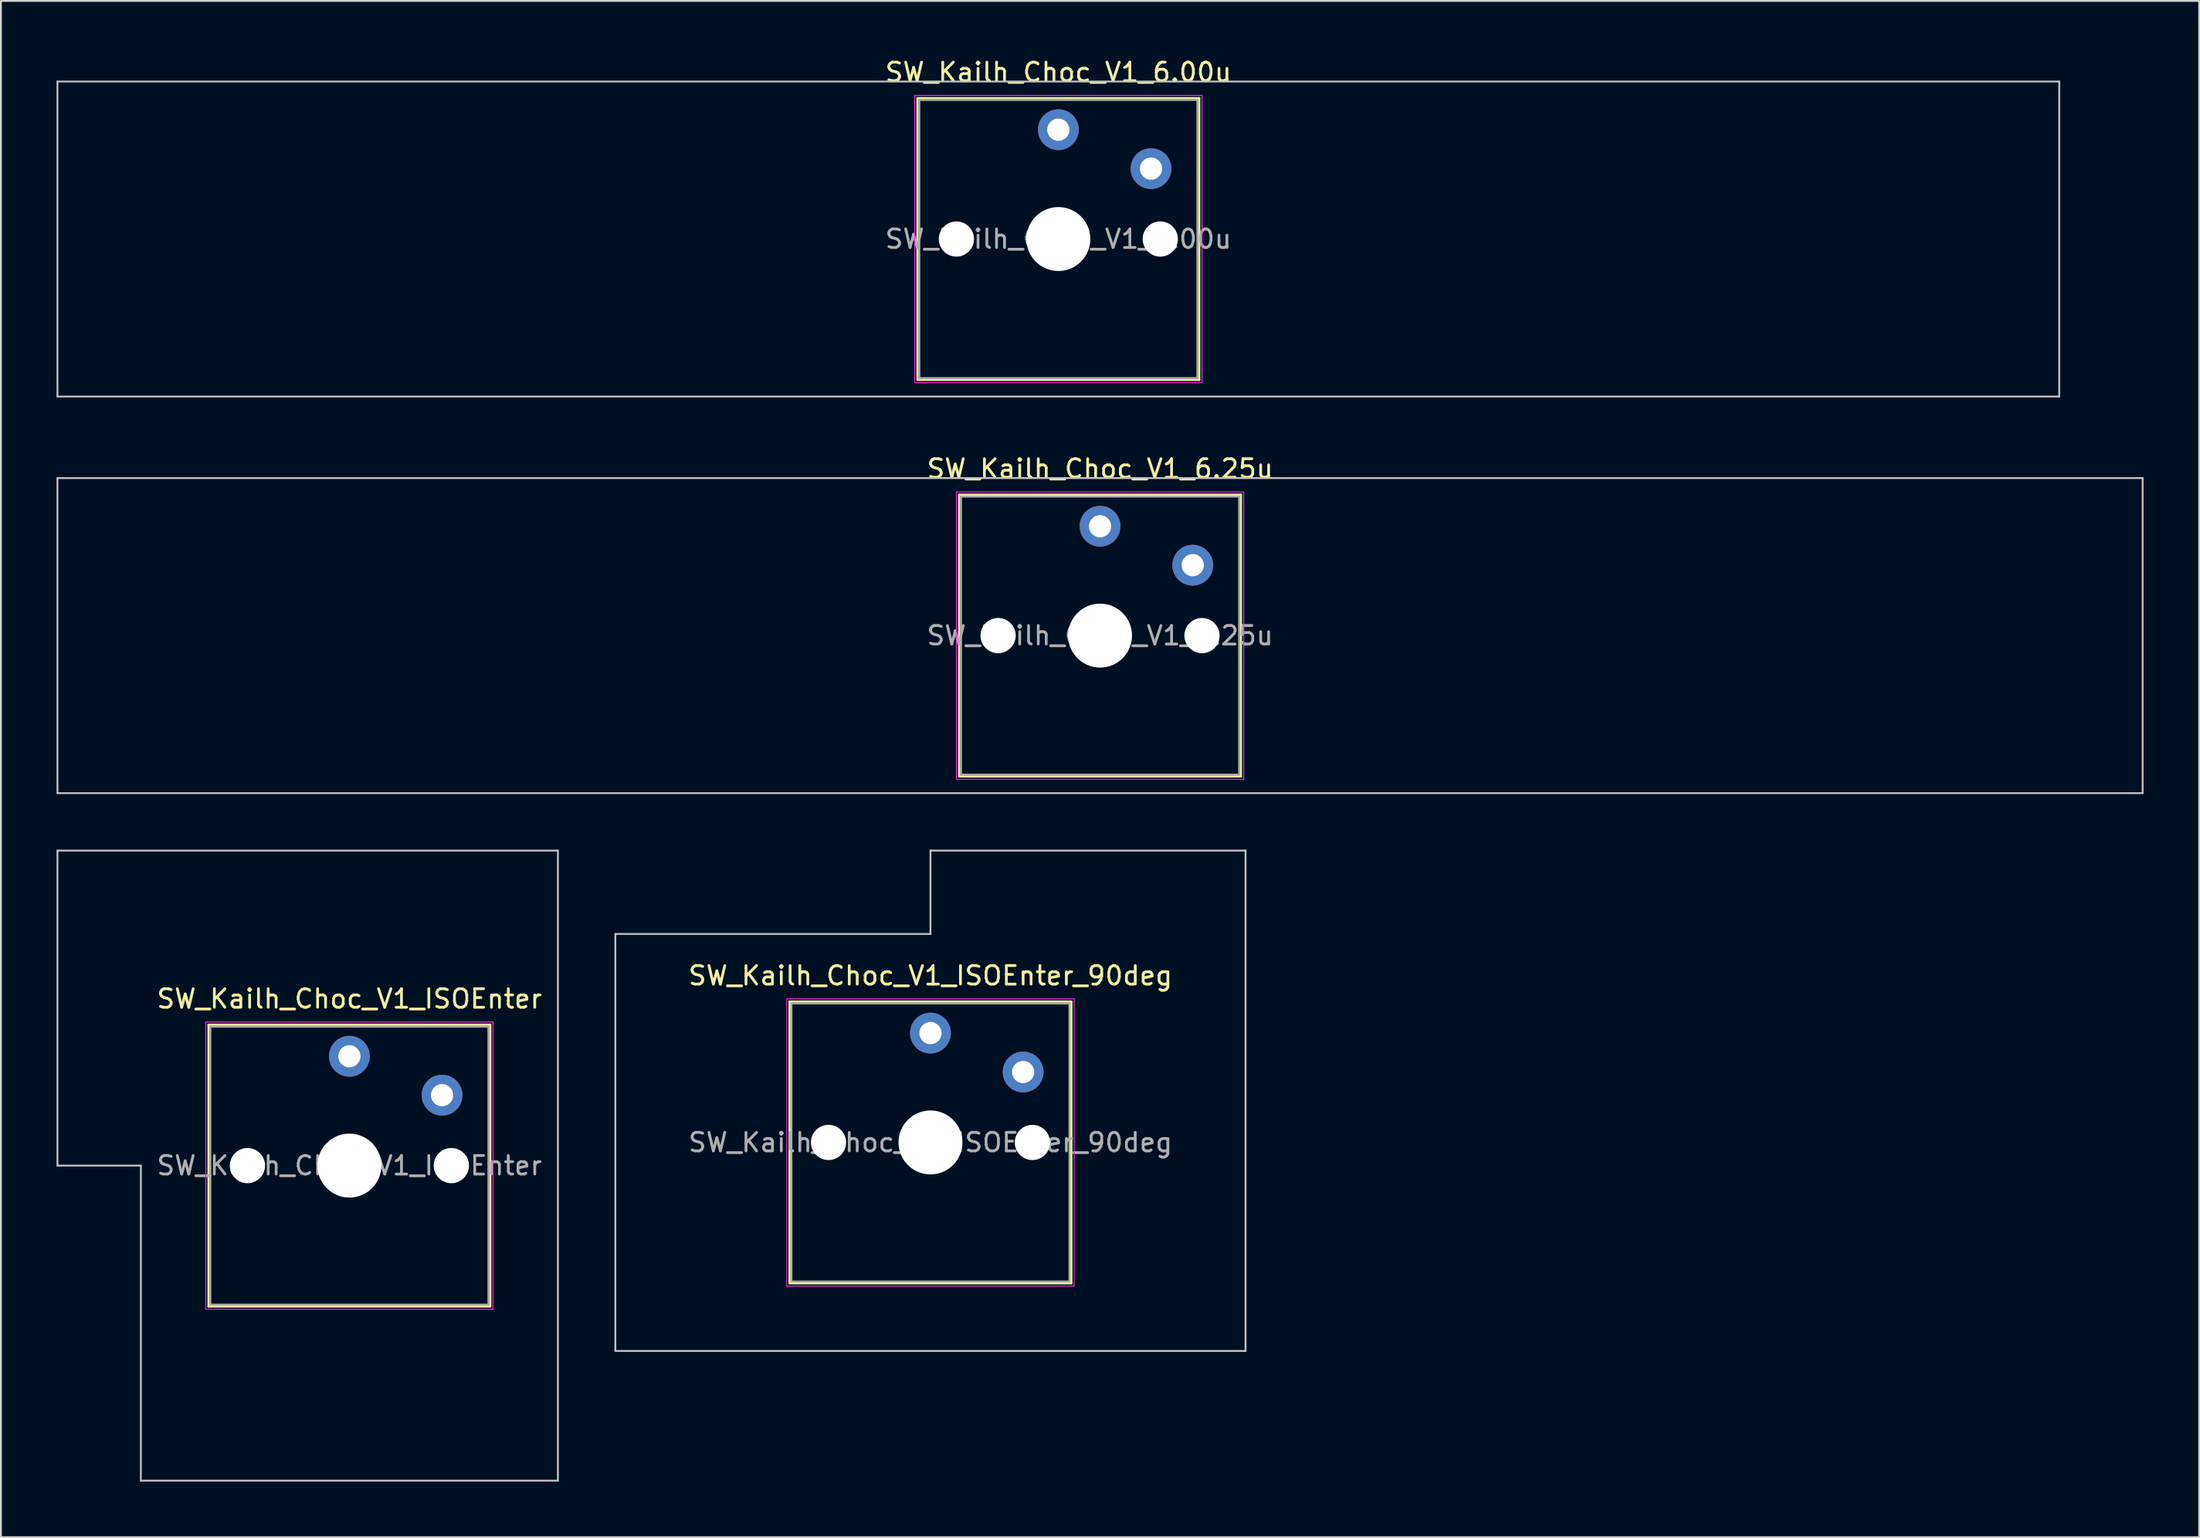
<source format=kicad_pcb>
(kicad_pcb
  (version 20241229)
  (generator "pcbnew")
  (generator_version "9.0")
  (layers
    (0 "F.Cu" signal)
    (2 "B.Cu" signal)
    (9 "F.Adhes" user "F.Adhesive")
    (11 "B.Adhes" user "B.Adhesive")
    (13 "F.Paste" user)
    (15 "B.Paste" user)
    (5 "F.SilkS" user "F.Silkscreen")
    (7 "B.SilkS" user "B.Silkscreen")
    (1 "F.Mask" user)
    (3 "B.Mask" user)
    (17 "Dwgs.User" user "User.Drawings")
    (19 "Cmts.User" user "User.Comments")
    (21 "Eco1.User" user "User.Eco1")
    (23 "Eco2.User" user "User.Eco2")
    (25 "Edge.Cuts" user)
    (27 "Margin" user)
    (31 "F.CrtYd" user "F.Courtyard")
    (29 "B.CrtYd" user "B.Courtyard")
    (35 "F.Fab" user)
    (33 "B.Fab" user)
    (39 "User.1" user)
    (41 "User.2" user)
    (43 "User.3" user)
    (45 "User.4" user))
  (footprint "SW_Kailh_Choc_V1_6.25u"
    (layer "F.Cu")
    (at 56.3 31.247)
    (property "Reference" "SW_Kailh_Choc_V1_6.25u" (at 0 -9 0) (layer "F.SilkS") (effects (font (size 1 1) (thickness 0.15))))
    (attr through_hole)
    (fp_line (start -7.6 -7.6) (end -7.6 7.6) (stroke (width 0.12) (type solid)) (layer "F.SilkS"))
    (fp_line (start -7.6 7.6) (end 7.6 7.6) (stroke (width 0.12) (type solid)) (layer "F.SilkS"))
    (fp_line (start 7.6 -7.6) (end -7.6 -7.6) (stroke (width 0.12) (type solid)) (layer "F.SilkS"))
    (fp_line (start 7.6 7.6) (end 7.6 -7.6) (stroke (width 0.12) (type solid)) (layer "F.SilkS"))
    (fp_line (start -56.25 -8.5) (end -56.25 8.5) (stroke (width 0.1) (type solid)) (layer "Dwgs.User"))
    (fp_line (start -56.25 8.5) (end 56.25 8.5) (stroke (width 0.1) (type solid)) (layer "Dwgs.User"))
    (fp_line (start 56.25 -8.5) (end -56.25 -8.5) (stroke (width 0.1) (type solid)) (layer "Dwgs.User"))
    (fp_line (start 56.25 8.5) (end 56.25 -8.5) (stroke (width 0.1) (type solid)) (layer "Dwgs.User"))
    (fp_line (start -7.25 -7.25) (end -7.25 7.25) (stroke (width 0.1) (type solid)) (layer "Eco1.User"))
    (fp_line (start -7.25 7.25) (end 7.25 7.25) (stroke (width 0.1) (type solid)) (layer "Eco1.User"))
    (fp_line (start 7.25 -7.25) (end -7.25 -7.25) (stroke (width 0.1) (type solid)) (layer "Eco1.User"))
    (fp_line (start 7.25 7.25) (end 7.25 -7.25) (stroke (width 0.1) (type solid)) (layer "Eco1.User"))
    (fp_line (start -7.75 -7.75) (end -7.75 7.75) (stroke (width 0.05) (type solid)) (layer "F.CrtYd"))
    (fp_line (start -7.75 7.75) (end 7.75 7.75) (stroke (width 0.05) (type solid)) (layer "F.CrtYd"))
    (fp_line (start 7.75 -7.75) (end -7.75 -7.75) (stroke (width 0.05) (type solid)) (layer "F.CrtYd"))
    (fp_line (start 7.75 7.75) (end 7.75 -7.75) (stroke (width 0.05) (type solid)) (layer "F.CrtYd"))
    (fp_line (start -7.5 -7.5) (end -7.5 7.5) (stroke (width 0.1) (type solid)) (layer "F.Fab"))
    (fp_line (start -7.5 7.5) (end 7.5 7.5) (stroke (width 0.1) (type solid)) (layer "F.Fab"))
    (fp_line (start 7.5 -7.5) (end -7.5 -7.5) (stroke (width 0.1) (type solid)) (layer "F.Fab"))
    (fp_line (start 7.5 7.5) (end 7.5 -7.5) (stroke (width 0.1) (type solid)) (layer "F.Fab"))
    (fp_text user "${REFERENCE}" (at 0 0 0) (layer "F.Fab") (effects (font (size 1 1) (thickness 0.15))))
    (pad "" np_thru_hole circle (at -5.5 0) (size 1.9 1.9) (drill 1.9) (layers "*.Cu" "*.Mask"))
    (pad "" smd circle (at 0 -5.9) (size 1.25 1.25) (layers "F.Mask"))
    (pad "" np_thru_hole circle (at 0 0) (size 3.45 3.45) (drill 3.45) (layers "*.Cu" "*.Mask"))
    (pad "" smd circle (at 5 -3.8) (size 1.25 1.25) (layers "F.Mask"))
    (pad "" np_thru_hole circle (at 5.5 0) (size 1.9 1.9) (drill 1.9) (layers "*.Cu" "*.Mask"))
    (pad "1" thru_hole circle (at 0 -5.9) (size 2.2 2.2) (drill 1.2) (layers "*.Cu" "B.Mask"))
    (pad "2" thru_hole circle (at 5 -3.8) (size 2.2 2.2) (drill 1.2) (layers "*.Cu" "B.Mask")))
  (footprint "SW_Kailh_Choc_V1_ISOEnter"
    (layer "F.Cu")
    (at 15.8 59.846)
    (property "Reference" "SW_Kailh_Choc_V1_ISOEnter" (at 0 -9 0) (layer "F.SilkS") (effects (font (size 1 1) (thickness 0.15))))
    (attr through_hole)
    (fp_line (start -7.6 -7.6) (end -7.6 7.6) (stroke (width 0.12) (type solid)) (layer "F.SilkS"))
    (fp_line (start -7.6 7.6) (end 7.6 7.6) (stroke (width 0.12) (type solid)) (layer "F.SilkS"))
    (fp_line (start 7.6 -7.6) (end -7.6 -7.6) (stroke (width 0.12) (type solid)) (layer "F.SilkS"))
    (fp_line (start 7.6 7.6) (end 7.6 -7.6) (stroke (width 0.12) (type solid)) (layer "F.SilkS"))
    (fp_line (start -15.75 -17) (end -15.75 0) (stroke (width 0.1) (type solid)) (layer "Dwgs.User"))
    (fp_line (start -15.75 0) (end -11.25 0) (stroke (width 0.1) (type solid)) (layer "Dwgs.User"))
    (fp_line (start -11.25 0) (end -11.25 17) (stroke (width 0.1) (type solid)) (layer "Dwgs.User"))
    (fp_line (start -11.25 17) (end 11.25 17) (stroke (width 0.1) (type solid)) (layer "Dwgs.User"))
    (fp_line (start 11.25 -17) (end -15.75 -17) (stroke (width 0.1) (type solid)) (layer "Dwgs.User"))
    (fp_line (start 11.25 17) (end 11.25 -17) (stroke (width 0.1) (type solid)) (layer "Dwgs.User"))
    (fp_line (start -7.25 -7.25) (end -7.25 7.25) (stroke (width 0.1) (type solid)) (layer "Eco1.User"))
    (fp_line (start -7.25 7.25) (end 7.25 7.25) (stroke (width 0.1) (type solid)) (layer "Eco1.User"))
    (fp_line (start 7.25 -7.25) (end -7.25 -7.25) (stroke (width 0.1) (type solid)) (layer "Eco1.User"))
    (fp_line (start 7.25 7.25) (end 7.25 -7.25) (stroke (width 0.1) (type solid)) (layer "Eco1.User"))
    (fp_line (start -7.75 -7.75) (end -7.75 7.75) (stroke (width 0.05) (type solid)) (layer "F.CrtYd"))
    (fp_line (start -7.75 7.75) (end 7.75 7.75) (stroke (width 0.05) (type solid)) (layer "F.CrtYd"))
    (fp_line (start 7.75 -7.75) (end -7.75 -7.75) (stroke (width 0.05) (type solid)) (layer "F.CrtYd"))
    (fp_line (start 7.75 7.75) (end 7.75 -7.75) (stroke (width 0.05) (type solid)) (layer "F.CrtYd"))
    (fp_line (start -7.5 -7.5) (end -7.5 7.5) (stroke (width 0.1) (type solid)) (layer "F.Fab"))
    (fp_line (start -7.5 7.5) (end 7.5 7.5) (stroke (width 0.1) (type solid)) (layer "F.Fab"))
    (fp_line (start 7.5 -7.5) (end -7.5 -7.5) (stroke (width 0.1) (type solid)) (layer "F.Fab"))
    (fp_line (start 7.5 7.5) (end 7.5 -7.5) (stroke (width 0.1) (type solid)) (layer "F.Fab"))
    (fp_text user "${REFERENCE}" (at 0 0 0) (layer "F.Fab") (effects (font (size 1 1) (thickness 0.15))))
    (pad "" np_thru_hole circle (at -5.5 0) (size 1.9 1.9) (drill 1.9) (layers "*.Cu" "*.Mask"))
    (pad "" smd circle (at 0 -5.9) (size 1.25 1.25) (layers "F.Mask"))
    (pad "" np_thru_hole circle (at 0 0) (size 3.45 3.45) (drill 3.45) (layers "*.Cu" "*.Mask"))
    (pad "" smd circle (at 5 -3.8) (size 1.25 1.25) (layers "F.Mask"))
    (pad "" np_thru_hole circle (at 5.5 0) (size 1.9 1.9) (drill 1.9) (layers "*.Cu" "*.Mask"))
    (pad "1" thru_hole circle (at 0 -5.9) (size 2.2 2.2) (drill 1.2) (layers "*.Cu" "B.Mask"))
    (pad "2" thru_hole circle (at 5 -3.8) (size 2.2 2.2) (drill 1.2) (layers "*.Cu" "B.Mask")))
  (footprint "SW_Kailh_Choc_V1_6.00u"
    (layer "F.Cu")
    (at 54.05 9.848)
    (property "Reference" "SW_Kailh_Choc_V1_6.00u" (at 0 -9 0) (layer "F.SilkS") (effects (font (size 1 1) (thickness 0.15))))
    (attr through_hole)
    (fp_line (start -7.6 -7.6) (end -7.6 7.6) (stroke (width 0.12) (type solid)) (layer "F.SilkS"))
    (fp_line (start -7.6 7.6) (end 7.6 7.6) (stroke (width 0.12) (type solid)) (layer "F.SilkS"))
    (fp_line (start 7.6 -7.6) (end -7.6 -7.6) (stroke (width 0.12) (type solid)) (layer "F.SilkS"))
    (fp_line (start 7.6 7.6) (end 7.6 -7.6) (stroke (width 0.12) (type solid)) (layer "F.SilkS"))
    (fp_line (start -54 -8.5) (end -54 8.5) (stroke (width 0.1) (type solid)) (layer "Dwgs.User"))
    (fp_line (start -54 8.5) (end 54 8.5) (stroke (width 0.1) (type solid)) (layer "Dwgs.User"))
    (fp_line (start 54 -8.5) (end -54 -8.5) (stroke (width 0.1) (type solid)) (layer "Dwgs.User"))
    (fp_line (start 54 8.5) (end 54 -8.5) (stroke (width 0.1) (type solid)) (layer "Dwgs.User"))
    (fp_line (start -7.25 -7.25) (end -7.25 7.25) (stroke (width 0.1) (type solid)) (layer "Eco1.User"))
    (fp_line (start -7.25 7.25) (end 7.25 7.25) (stroke (width 0.1) (type solid)) (layer "Eco1.User"))
    (fp_line (start 7.25 -7.25) (end -7.25 -7.25) (stroke (width 0.1) (type solid)) (layer "Eco1.User"))
    (fp_line (start 7.25 7.25) (end 7.25 -7.25) (stroke (width 0.1) (type solid)) (layer "Eco1.User"))
    (fp_line (start -7.75 -7.75) (end -7.75 7.75) (stroke (width 0.05) (type solid)) (layer "F.CrtYd"))
    (fp_line (start -7.75 7.75) (end 7.75 7.75) (stroke (width 0.05) (type solid)) (layer "F.CrtYd"))
    (fp_line (start 7.75 -7.75) (end -7.75 -7.75) (stroke (width 0.05) (type solid)) (layer "F.CrtYd"))
    (fp_line (start 7.75 7.75) (end 7.75 -7.75) (stroke (width 0.05) (type solid)) (layer "F.CrtYd"))
    (fp_line (start -7.5 -7.5) (end -7.5 7.5) (stroke (width 0.1) (type solid)) (layer "F.Fab"))
    (fp_line (start -7.5 7.5) (end 7.5 7.5) (stroke (width 0.1) (type solid)) (layer "F.Fab"))
    (fp_line (start 7.5 -7.5) (end -7.5 -7.5) (stroke (width 0.1) (type solid)) (layer "F.Fab"))
    (fp_line (start 7.5 7.5) (end 7.5 -7.5) (stroke (width 0.1) (type solid)) (layer "F.Fab"))
    (fp_text user "${REFERENCE}" (at 0 0 0) (layer "F.Fab") (effects (font (size 1 1) (thickness 0.15))))
    (pad "" np_thru_hole circle (at -5.5 0) (size 1.9 1.9) (drill 1.9) (layers "*.Cu" "*.Mask"))
    (pad "" smd circle (at 0 -5.9) (size 1.25 1.25) (layers "F.Mask"))
    (pad "" np_thru_hole circle (at 0 0) (size 3.45 3.45) (drill 3.45) (layers "*.Cu" "*.Mask"))
    (pad "" smd circle (at 5 -3.8) (size 1.25 1.25) (layers "F.Mask"))
    (pad "" np_thru_hole circle (at 5.5 0) (size 1.9 1.9) (drill 1.9) (layers "*.Cu" "*.Mask"))
    (pad "1" thru_hole circle (at 0 -5.9) (size 2.2 2.2) (drill 1.2) (layers "*.Cu" "B.Mask"))
    (pad "2" thru_hole circle (at 5 -3.8) (size 2.2 2.2) (drill 1.2) (layers "*.Cu" "B.Mask")))
  (footprint "SW_Kailh_Choc_V1_ISOEnter_90deg"
    (layer "F.Cu")
    (at 47.15 58.596)
    (property "Reference" "SW_Kailh_Choc_V1_ISOEnter_90deg" (at 0 -9 0) (layer "F.SilkS") (effects (font (size 1 1) (thickness 0.15))))
    (attr through_hole)
    (fp_line (start -7.6 -7.6) (end -7.6 7.6) (stroke (width 0.12) (type solid)) (layer "F.SilkS"))
    (fp_line (start -7.6 7.6) (end 7.6 7.6) (stroke (width 0.12) (type solid)) (layer "F.SilkS"))
    (fp_line (start 7.6 -7.6) (end -7.6 -7.6) (stroke (width 0.12) (type solid)) (layer "F.SilkS"))
    (fp_line (start 7.6 7.6) (end 7.6 -7.6) (stroke (width 0.12) (type solid)) (layer "F.SilkS"))
    (fp_line (start -17 -11.25) (end -17 11.25) (stroke (width 0.1) (type solid)) (layer "Dwgs.User"))
    (fp_line (start -17 11.25) (end 17 11.25) (stroke (width 0.1) (type solid)) (layer "Dwgs.User"))
    (fp_line (start 0 -15.75) (end 0 -11.25) (stroke (width 0.1) (type solid)) (layer "Dwgs.User"))
    (fp_line (start 0 -11.25) (end -17 -11.25) (stroke (width 0.1) (type solid)) (layer "Dwgs.User"))
    (fp_line (start 17 -15.75) (end 0 -15.75) (stroke (width 0.1) (type solid)) (layer "Dwgs.User"))
    (fp_line (start 17 11.25) (end 17 -15.75) (stroke (width 0.1) (type solid)) (layer "Dwgs.User"))
    (fp_line (start -7.25 -7.25) (end -7.25 7.25) (stroke (width 0.1) (type solid)) (layer "Eco1.User"))
    (fp_line (start -7.25 7.25) (end 7.25 7.25) (stroke (width 0.1) (type solid)) (layer "Eco1.User"))
    (fp_line (start 7.25 -7.25) (end -7.25 -7.25) (stroke (width 0.1) (type solid)) (layer "Eco1.User"))
    (fp_line (start 7.25 7.25) (end 7.25 -7.25) (stroke (width 0.1) (type solid)) (layer "Eco1.User"))
    (fp_line (start -7.75 -7.75) (end -7.75 7.75) (stroke (width 0.05) (type solid)) (layer "F.CrtYd"))
    (fp_line (start -7.75 7.75) (end 7.75 7.75) (stroke (width 0.05) (type solid)) (layer "F.CrtYd"))
    (fp_line (start 7.75 -7.75) (end -7.75 -7.75) (stroke (width 0.05) (type solid)) (layer "F.CrtYd"))
    (fp_line (start 7.75 7.75) (end 7.75 -7.75) (stroke (width 0.05) (type solid)) (layer "F.CrtYd"))
    (fp_line (start -7.5 -7.5) (end -7.5 7.5) (stroke (width 0.1) (type solid)) (layer "F.Fab"))
    (fp_line (start -7.5 7.5) (end 7.5 7.5) (stroke (width 0.1) (type solid)) (layer "F.Fab"))
    (fp_line (start 7.5 -7.5) (end -7.5 -7.5) (stroke (width 0.1) (type solid)) (layer "F.Fab"))
    (fp_line (start 7.5 7.5) (end 7.5 -7.5) (stroke (width 0.1) (type solid)) (layer "F.Fab"))
    (fp_text user "${REFERENCE}" (at 0 0 0) (layer "F.Fab") (effects (font (size 1 1) (thickness 0.15))))
    (pad "" np_thru_hole circle (at -5.5 0) (size 1.9 1.9) (drill 1.9) (layers "*.Cu" "*.Mask"))
    (pad "" smd circle (at 0 -5.9) (size 1.25 1.25) (layers "F.Mask"))
    (pad "" np_thru_hole circle (at 0 0) (size 3.45 3.45) (drill 3.45) (layers "*.Cu" "*.Mask"))
    (pad "" smd circle (at 5 -3.8) (size 1.25 1.25) (layers "F.Mask"))
    (pad "" np_thru_hole circle (at 5.5 0) (size 1.9 1.9) (drill 1.9) (layers "*.Cu" "*.Mask"))
    (pad "1" thru_hole circle (at 0 -5.9) (size 2.2 2.2) (drill 1.2) (layers "*.Cu" "B.Mask"))
    (pad "2" thru_hole circle (at 5 -3.8) (size 2.2 2.2) (drill 1.2) (layers "*.Cu" "B.Mask")))
  (gr_rect
    (start -3 -3)
    (end 115.6 79.897)
    (stroke (width 0.1) (type default))
    (fill no)
    (layer "Edge.Cuts")))
</source>
